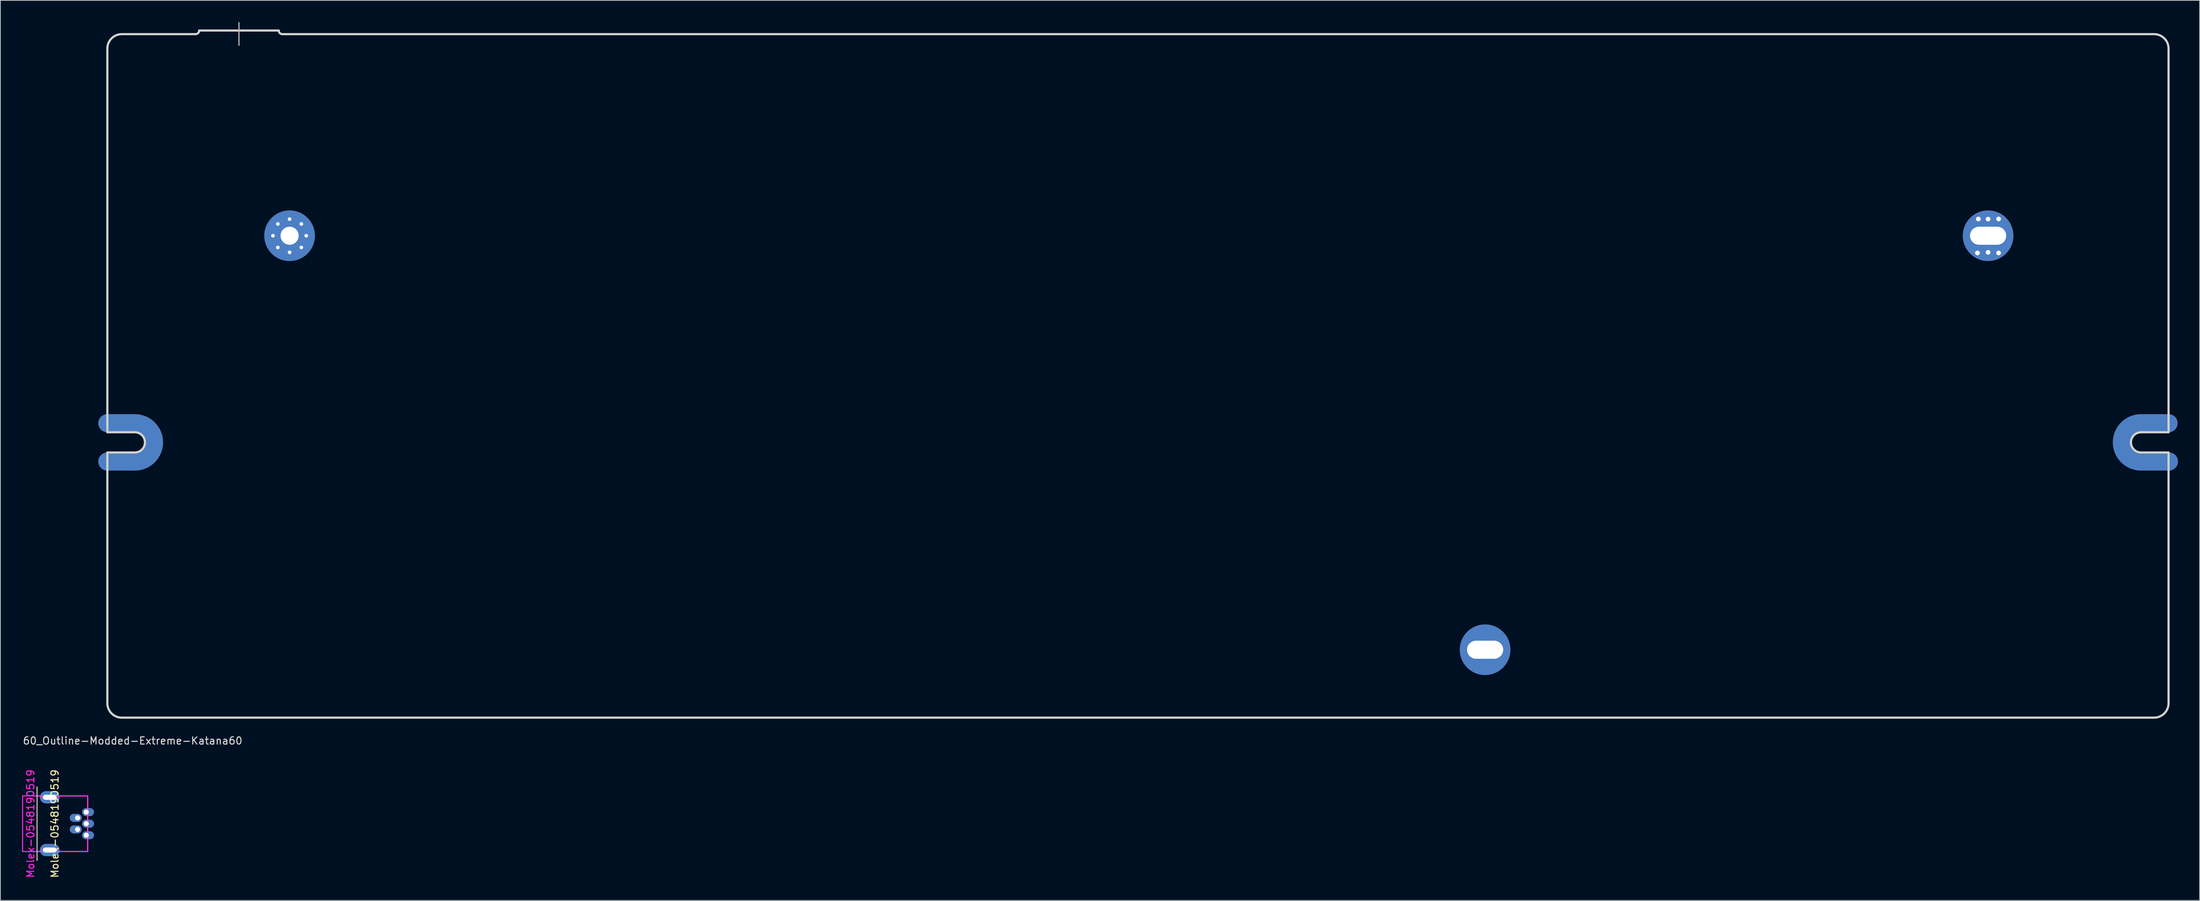
<source format=kicad_pcb>
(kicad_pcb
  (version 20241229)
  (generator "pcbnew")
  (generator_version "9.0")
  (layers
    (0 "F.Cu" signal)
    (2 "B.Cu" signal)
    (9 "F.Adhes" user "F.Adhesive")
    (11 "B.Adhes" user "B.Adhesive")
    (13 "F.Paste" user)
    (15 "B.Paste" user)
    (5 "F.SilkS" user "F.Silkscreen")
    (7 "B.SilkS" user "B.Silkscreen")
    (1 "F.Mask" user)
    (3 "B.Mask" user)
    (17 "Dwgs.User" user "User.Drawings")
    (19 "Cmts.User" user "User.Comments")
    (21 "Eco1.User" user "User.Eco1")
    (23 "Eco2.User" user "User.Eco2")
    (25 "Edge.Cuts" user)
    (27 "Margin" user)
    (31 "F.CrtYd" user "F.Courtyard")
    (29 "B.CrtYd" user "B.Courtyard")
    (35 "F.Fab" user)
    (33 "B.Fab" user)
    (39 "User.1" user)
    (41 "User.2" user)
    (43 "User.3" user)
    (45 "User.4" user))
  (footprint "60_Outline-Modded-Extreme-Katana60"
    (layer "F.Cu")
    (at 154.292 48.975)
    (property "Reference" "60_Outline-Modded-Extreme-Katana60" (at -139 50.5 0) (layer "Edge.Cuts") (effects (font (size 1 1) (thickness 0.15))))
    (attr through_hole)
    (fp_line (start -142.5 6.549) (end -138.7 6.549) (stroke (width 2.502) (type solid)) (layer "F.Cu"))
    (fp_line (start -142.5 11.851) (end -138.7 11.851) (stroke (width 2.502) (type solid)) (layer "F.Cu"))
    (fp_line (start 138.7 6.549) (end 142.5 6.549) (stroke (width 2.502) (type solid)) (layer "F.Cu"))
    (fp_line (start 138.7 11.851) (end 142.55 11.851) (stroke (width 2.502) (type solid)) (layer "F.Cu"))
    (fp_arc (start -138.7 6.54905) (mid -136.825495 7.325495) (end -136.04905 9.2) (stroke (width 2.5019) (type solid)) (layer "F.Cu"))
    (fp_arc (start -136.04905 9.2) (mid -136.825495 11.074505) (end -138.7 11.85095) (stroke (width 2.5019) (type solid)) (layer "F.Cu"))
    (fp_arc (start 136.04905 9.2) (mid 136.825495 7.325495) (end 138.7 6.54905) (stroke (width 2.5019) (type solid)) (layer "F.Cu"))
    (fp_arc (start 138.7 11.85095) (mid 136.825495 11.074505) (end 136.04905 9.2) (stroke (width 2.5019) (type solid)) (layer "F.Cu"))
    (fp_line (start -142.5 6.549) (end -138.7 6.549) (stroke (width 2.502) (type solid)) (layer "F.Mask"))
    (fp_line (start -142.5 11.851) (end -138.7 11.851) (stroke (width 2.502) (type solid)) (layer "F.Mask"))
    (fp_line (start 138.7 6.549) (end 142.5 6.549) (stroke (width 2.502) (type solid)) (layer "F.Mask"))
    (fp_line (start 138.7 11.851) (end 142.55 11.851) (stroke (width 2.502) (type solid)) (layer "F.Mask"))
    (fp_arc (start -138.7 6.54905) (mid -136.825495 7.325495) (end -136.04905 9.2) (stroke (width 2.5019) (type solid)) (layer "F.Mask"))
    (fp_arc (start -136.04905 9.2) (mid -136.825495 11.074505) (end -138.7 11.85095) (stroke (width 2.5019) (type solid)) (layer "F.Mask"))
    (fp_arc (start 136.04905 9.2) (mid 136.825495 7.325495) (end 138.7 6.54905) (stroke (width 2.5019) (type solid)) (layer "F.Mask"))
    (fp_arc (start 138.7 11.85095) (mid 136.825495 11.074505) (end 136.04905 9.2) (stroke (width 2.5019) (type solid)) (layer "F.Mask"))
    (fp_line (start -142.5 6.549) (end -138.7 6.549) (stroke (width 2.502) (type solid)) (layer "B.Cu"))
    (fp_line (start -142.5 11.851) (end -138.7 11.851) (stroke (width 2.502) (type solid)) (layer "B.Cu"))
    (fp_line (start 138.7 6.549) (end 142.5 6.549) (stroke (width 2.502) (type solid)) (layer "B.Cu"))
    (fp_line (start 138.7 11.851) (end 142.55 11.851) (stroke (width 2.502) (type solid)) (layer "B.Cu"))
    (fp_arc (start -138.7 6.54905) (mid -136.825495 7.325495) (end -136.04905 9.2) (stroke (width 2.5019) (type solid)) (layer "B.Cu"))
    (fp_arc (start -136.04905 9.2) (mid -136.825495 11.074505) (end -138.7 11.85095) (stroke (width 2.5019) (type solid)) (layer "B.Cu"))
    (fp_arc (start 136.04905 9.2) (mid 136.825495 7.325495) (end 138.7 6.54905) (stroke (width 2.5019) (type solid)) (layer "B.Cu"))
    (fp_arc (start 138.7 11.85095) (mid 136.825495 11.074505) (end 136.04905 9.2) (stroke (width 2.5019) (type solid)) (layer "B.Cu"))
    (fp_line (start -142.5 6.549) (end -138.7 6.549) (stroke (width 2.502) (type solid)) (layer "B.Mask"))
    (fp_line (start -142.5 11.851) (end -138.7 11.851) (stroke (width 2.502) (type solid)) (layer "B.Mask"))
    (fp_line (start 138.7 6.549) (end 142.5 6.549) (stroke (width 2.502) (type solid)) (layer "B.Mask"))
    (fp_line (start 138.7 11.851) (end 142.55 11.851) (stroke (width 2.502) (type solid)) (layer "B.Mask"))
    (fp_arc (start -138.7 6.54905) (mid -136.825495 7.325495) (end -136.04905 9.2) (stroke (width 2.5019) (type solid)) (layer "B.Mask"))
    (fp_arc (start -136.04905 9.2) (mid -136.825495 11.074505) (end -138.7 11.85095) (stroke (width 2.5019) (type solid)) (layer "B.Mask"))
    (fp_arc (start 136.04905 9.2) (mid 136.825495 7.325495) (end 138.7 6.54905) (stroke (width 2.5019) (type solid)) (layer "B.Mask"))
    (fp_arc (start 138.7 11.85095) (mid 136.825495 11.074505) (end 136.04905 9.2) (stroke (width 2.5019) (type solid)) (layer "B.Mask"))
    (fp_line (start -124.3 -48.9) (end -124.3 -45.75) (stroke (width 0.15) (type solid)) (layer "Dwgs.User"))
    (fp_line (start -142.5 7.8) (end -142.5 -45.3) (stroke (width 0.3) (type solid)) (layer "Edge.Cuts"))
    (fp_line (start -142.5 10.6) (end -138.7 10.6) (stroke (width 0.3) (type solid)) (layer "Edge.Cuts"))
    (fp_line (start -142.5 45.3) (end -142.5 10.6) (stroke (width 0.3) (type solid)) (layer "Edge.Cuts"))
    (fp_line (start -140.5 -47.3) (end -130.3 -47.3) (stroke (width 0.3) (type solid)) (layer "Edge.Cuts"))
    (fp_line (start -140.5 47.3) (end 140.5 47.3) (stroke (width 0.3) (type solid)) (layer "Edge.Cuts"))
    (fp_line (start -138.7 7.8) (end -142.5 7.8) (stroke (width 0.3) (type solid)) (layer "Edge.Cuts"))
    (fp_line (start -129.8 -47.8) (end -118.8 -47.8) (stroke (width 0.3) (type solid)) (layer "Edge.Cuts"))
    (fp_line (start 138.7 7.8) (end 142.5 7.8) (stroke (width 0.3) (type solid)) (layer "Edge.Cuts"))
    (fp_line (start 138.7 10.6) (end 142.5 10.6) (stroke (width 0.3) (type solid)) (layer "Edge.Cuts"))
    (fp_line (start 140.5 -47.3) (end -118.3 -47.3) (stroke (width 0.3) (type solid)) (layer "Edge.Cuts"))
    (fp_line (start 142.5 7.8) (end 142.5 -45.3) (stroke (width 0.3) (type solid)) (layer "Edge.Cuts"))
    (fp_line (start 142.5 10.6) (end 142.5 45.3) (stroke (width 0.3) (type solid)) (layer "Edge.Cuts"))
    (fp_arc (start -142.5 -45.3) (mid -141.914214 -46.714214) (end -140.5 -47.3) (stroke (width 0.3) (type solid)) (layer "Edge.Cuts"))
    (fp_arc (start -140.5 47.3) (mid -141.914214 46.714214) (end -142.5 45.3) (stroke (width 0.3) (type solid)) (layer "Edge.Cuts"))
    (fp_arc (start -138.7 7.8) (mid -137.710051 8.210051) (end -137.3 9.2) (stroke (width 0.3) (type solid)) (layer "Edge.Cuts"))
    (fp_arc (start -137.3 9.2) (mid -137.710051 10.189949) (end -138.7 10.6) (stroke (width 0.3) (type solid)) (layer "Edge.Cuts"))
    (fp_arc (start -129.8 -47.8) (mid -129.946447 -47.446447) (end -130.3 -47.3) (stroke (width 0.3) (type solid)) (layer "Edge.Cuts"))
    (fp_arc (start -118.3 -47.3) (mid -118.653553 -47.446447) (end -118.8 -47.8) (stroke (width 0.3) (type solid)) (layer "Edge.Cuts"))
    (fp_arc (start 137.3 9.2) (mid 137.710051 8.210051) (end 138.7 7.8) (stroke (width 0.3) (type solid)) (layer "Edge.Cuts"))
    (fp_arc (start 138.7 10.6) (mid 137.710051 10.189949) (end 137.3 9.2) (stroke (width 0.3) (type solid)) (layer "Edge.Cuts"))
    (fp_arc (start 140.5 -47.3) (mid 141.914214 -46.714214) (end 142.5 -45.3) (stroke (width 0.3) (type solid)) (layer "Edge.Cuts"))
    (fp_arc (start 142.5 45.3) (mid 141.914214 46.714214) (end 140.5 47.3) (stroke (width 0.3) (type solid)) (layer "Edge.Cuts"))
    (pad "1" thru_hole circle (at -119.6 -19.4) (size 1 1) (drill 0.5) (layers "*.Cu" "*.Mask"))
    (pad "1" thru_hole circle (at -118.926 -21.026) (size 1 1) (drill 0.5) (layers "*.Cu" "*.Mask"))
    (pad "1" thru_hole circle (at -118.926 -17.774) (size 1 1) (drill 0.5) (layers "*.Cu" "*.Mask"))
    (pad "1" thru_hole circle (at -117.3 -21.7) (size 1 1) (drill 0.5) (layers "*.Cu" "*.Mask"))
    (pad "1" thru_hole circle (at -117.3 -19.4) (size 7.001 7.001) (drill 2.499) (layers "*.Cu" "*.Mask"))
    (pad "1" thru_hole circle (at -117.3 -17.1) (size 1 1) (drill 0.5) (layers "*.Cu" "*.Mask"))
    (pad "1" thru_hole circle (at -115.674 -21.026) (size 1 1) (drill 0.5) (layers "*.Cu" "*.Mask"))
    (pad "1" thru_hole circle (at -115.674 -17.774) (size 1 1) (drill 0.5) (layers "*.Cu" "*.Mask"))
    (pad "1" thru_hole circle (at -115 -19.4) (size 1 1) (drill 0.5) (layers "*.Cu" "*.Mask"))
    (pad "1" thru_hole circle (at 48 37.9) (size 7 7) (drill oval 5.001 2.499) (layers "*.Cu" "*.Mask"))
    (pad "1" thru_hole circle (at 117.55 -21.7) (size 1 1) (drill 0.65) (layers "*.Cu" "*.Mask"))
    (pad "1" thru_hole circle (at 117.55 -19.4) (size 7 7) (drill oval 5.001 2.499) (layers "*.Cu" "*.Mask"))
    (pad "1" thru_hole circle (at 117.55 -17.1) (size 1 1) (drill 0.65) (layers "*.Cu" "*.Mask"))
    (pad "3" thru_hole circle (at 118.999 -17.018) (size 1 1) (drill 0.65) (layers "*.Cu" "*.Mask"))
    (pad "4" thru_hole circle (at 116.078 -17.018) (size 1 1) (drill 0.65) (layers "*.Cu" "*.Mask"))
    (pad "5" thru_hole circle (at 116.205 -21.717) (size 1 1) (drill 0.65) (layers "*.Cu" "*.Mask"))
    (pad "6" thru_hole circle (at 118.999 -21.717) (size 1 1) (drill 0.65) (layers "*.Cu" "*.Mask")))
  (footprint "Molex-0548190519"
    (layer "F.Cu")
    (at 2.075 110.948)
    (property "Reference" "Molex-0548190519" (at -0.9 0 90) (layer "F.CrtYd") (effects (font (size 1 1) (thickness 0.15))))
    (attr smd)
    (fp_line (start 0 -3.85) (end 7 -3.85) (stroke (width 0.15) (type solid)) (layer "F.SilkS"))
    (fp_line (start 7 -3.85) (end 7 3.85) (stroke (width 0.15) (type solid)) (layer "F.SilkS"))
    (fp_line (start 7 3.85) (end 0 3.85) (stroke (width 0.15) (type solid)) (layer "F.SilkS"))
    (fp_line (start 0 -5.08) (end 0 5.08) (stroke (width 0.15) (type solid)) (layer "Dwgs.User"))
    (fp_line (start -2 -3.85) (end -2 3.85) (stroke (width 0.15) (type solid)) (layer "F.CrtYd"))
    (fp_line (start -2 -3.85) (end 7 -3.85) (stroke (width 0.15) (type solid)) (layer "F.CrtYd"))
    (fp_line (start -2 3.85) (end 7 3.85) (stroke (width 0.15) (type solid)) (layer "F.CrtYd"))
    (fp_line (start 7 3.85) (end 7 -3.85) (stroke (width 0.15) (type solid)) (layer "F.CrtYd"))
    (fp_text user "${REFERENCE}" (at 2.45 0 90) (layer "F.SilkS") (effects (font (size 1 1) (thickness 0.15))))
    (pad "1" thru_hole oval (at 6.8 -1.6) (size 1.65 1.1) (drill oval 0.7 (offset 0.25 0)) (layers "*.Cu" "B.Mask"))
    (pad "2" thru_hole oval (at 5.6 -0.8 180) (size 1.65 1.1) (drill oval 0.7 (offset 0.25 0)) (layers "*.Cu" "B.Mask"))
    (pad "3" thru_hole oval (at 6.8 0) (size 1.65 1.1) (drill oval 0.7 (offset 0.25 0)) (layers "*.Cu" "B.Mask"))
    (pad "4" thru_hole oval (at 5.6 0.8 180) (size 1.65 1.1) (drill oval 0.7 (offset 0.25 0)) (layers "*.Cu" "B.Mask"))
    (pad "5" thru_hole oval (at 6.8 1.6) (size 1.65 1.1) (drill oval 0.7 (offset 0.25 0)) (layers "*.Cu" "B.Mask"))
    (pad "6" thru_hole oval (at 1.75 -3.65) (size 2.7 1.7) (drill oval 1.9 0.7) (layers "*.Cu" "*.Mask"))
    (pad "6" thru_hole oval (at 1.75 3.65) (size 2.7 1.7) (drill oval 1.9 0.7) (layers "*.Cu" "*.Mask")))
  (gr_rect
    (start -3 -3)
    (end 301.093 121.573)
    (stroke (width 0.1) (type default))
    (fill no)
    (layer "Edge.Cuts")))
</source>
